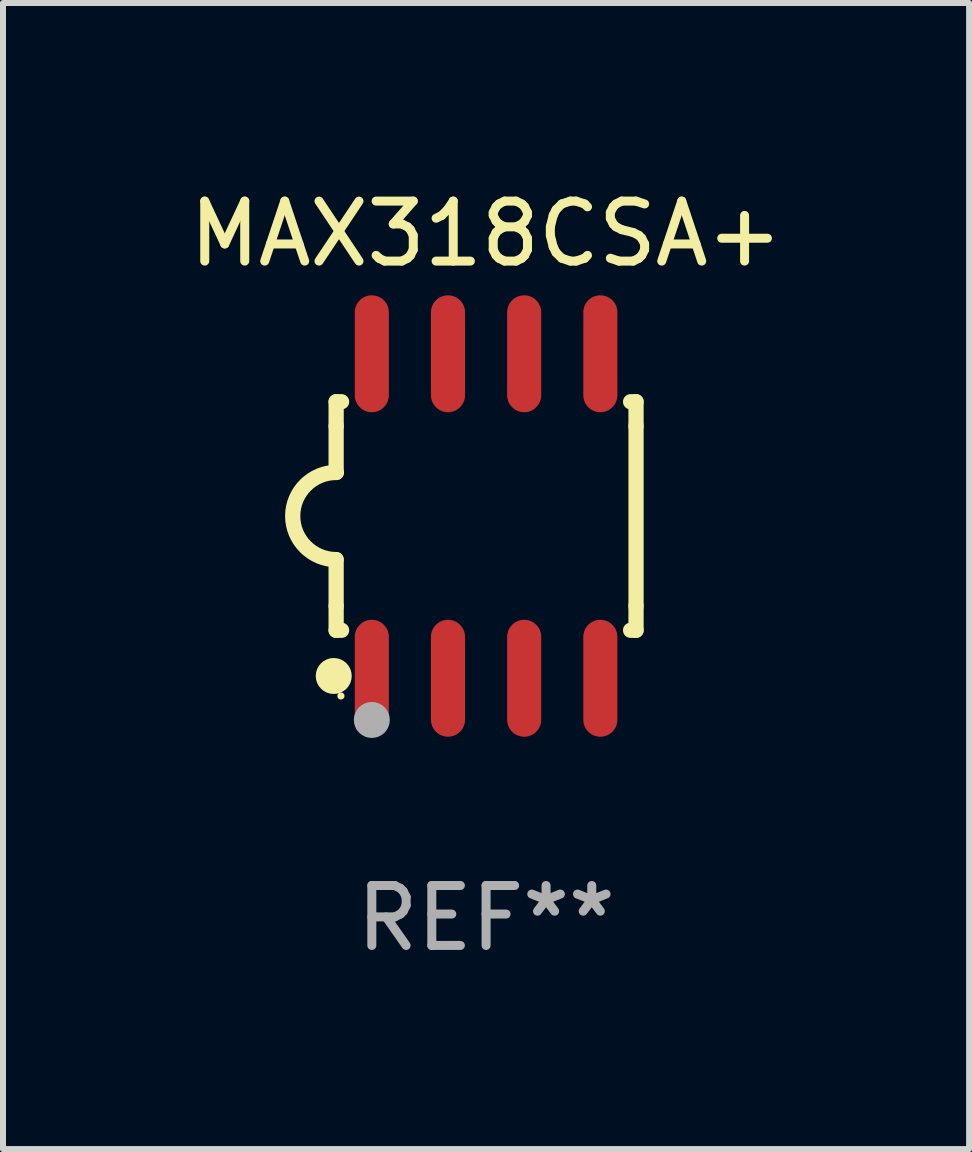
<source format=kicad_pcb>
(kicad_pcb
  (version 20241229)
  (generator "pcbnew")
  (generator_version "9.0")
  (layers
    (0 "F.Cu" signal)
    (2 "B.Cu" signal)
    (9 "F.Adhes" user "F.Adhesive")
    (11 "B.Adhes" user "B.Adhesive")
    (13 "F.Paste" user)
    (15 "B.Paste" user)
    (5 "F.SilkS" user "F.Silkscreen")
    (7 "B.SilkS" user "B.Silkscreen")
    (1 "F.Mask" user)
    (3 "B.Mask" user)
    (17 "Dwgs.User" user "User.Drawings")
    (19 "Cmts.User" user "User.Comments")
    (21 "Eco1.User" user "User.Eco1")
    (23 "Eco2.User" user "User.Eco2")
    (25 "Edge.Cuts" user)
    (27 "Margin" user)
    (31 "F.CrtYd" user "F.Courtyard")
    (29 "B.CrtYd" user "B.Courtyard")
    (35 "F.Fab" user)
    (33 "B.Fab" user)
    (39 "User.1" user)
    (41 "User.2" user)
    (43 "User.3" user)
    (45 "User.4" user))
  (footprint "MAX318CSA+"
    (layer "F.Cu")
    (at 5.054 5.553)
    (property "Reference" "MAX318CSA+" (at 0 -4.705 0) (layer "F.SilkS") (effects (font (size 1 1) (thickness 0.15))))
    (attr through_hole)
    (fp_line (start -2.5 -1.905) (end -2.409 -1.905) (stroke (width 0.254) (type solid)) (layer "F.SilkS"))
    (fp_line (start -2.5 -1.5) (end -2.5 -1.905) (stroke (width 0.254) (type solid)) (layer "F.SilkS"))
    (fp_line (start -2.5 -1.5) (end -2.5 -0.726) (stroke (width 0.254) (type solid)) (layer "F.SilkS"))
    (fp_line (start -2.5 1.5) (end -2.5 0.727) (stroke (width 0.254) (type solid)) (layer "F.SilkS"))
    (fp_line (start -2.5 1.5) (end -2.5 1.905) (stroke (width 0.254) (type solid)) (layer "F.SilkS"))
    (fp_line (start -2.5 1.905) (end -2.409 1.905) (stroke (width 0.254) (type solid)) (layer "F.SilkS"))
    (fp_line (start 2.5 -1.905) (end 2.409 -1.905) (stroke (width 0.254) (type solid)) (layer "F.SilkS"))
    (fp_line (start 2.5 -1.5) (end 2.5 -1.905) (stroke (width 0.254) (type solid)) (layer "F.SilkS"))
    (fp_line (start 2.5 -1.5) (end 2.5 1.5) (stroke (width 0.254) (type solid)) (layer "F.SilkS"))
    (fp_line (start 2.5 1.5) (end 2.5 1.905) (stroke (width 0.254) (type solid)) (layer "F.SilkS"))
    (fp_line (start 2.5 1.905) (end 2.409 1.905) (stroke (width 0.254) (type solid)) (layer "F.SilkS"))
    (fp_arc (start -2.5 0.726568) (mid -3.220316 -0.0023) (end -2.495097 -0.726289) (stroke (width 0.254001) (type solid)) (layer "F.SilkS"))
    (fp_circle (center -2.54 2.667) (end -2.39 2.667) (stroke (width 0.3) (type solid)) (fill no) (layer "F.SilkS"))
    (fp_circle (center -2.42 3) (end -2.39 3) (stroke (width 0.06) (type solid)) (fill no) (layer "F.SilkS"))
    (fp_circle (center -1.905 3.4) (end -1.755 3.4) (stroke (width 0.3) (type solid)) (fill no) (layer "F.Fab"))
    (fp_text user "REF**" (at 0 6.705 0) (layer "F.Fab") (effects (font (size 1 1) (thickness 0.15))))
    (pad "1" smd oval (at -1.905 2.705) (size 0.568 1.95) (layers "F.Cu" "F.Mask" "F.Paste"))
    (pad "2" smd oval (at -0.635 2.705) (size 0.568 1.95) (layers "F.Cu" "F.Mask" "F.Paste"))
    (pad "3" smd oval (at 0.635 2.705) (size 0.568 1.95) (layers "F.Cu" "F.Mask" "F.Paste"))
    (pad "4" smd oval (at 1.905 2.705) (size 0.568 1.95) (layers "F.Cu" "F.Mask" "F.Paste"))
    (pad "5" smd oval (at 1.905 -2.705) (size 0.568 1.95) (layers "F.Cu" "F.Mask" "F.Paste"))
    (pad "6" smd oval (at 0.635 -2.705) (size 0.568 1.95) (layers "F.Cu" "F.Mask" "F.Paste"))
    (pad "7" smd oval (at -0.635 -2.705) (size 0.568 1.95) (layers "F.Cu" "F.Mask" "F.Paste"))
    (pad "8" smd oval (at -1.905 -2.705) (size 0.568 1.95) (layers "F.Cu" "F.Mask" "F.Paste")))
  (gr_rect
    (start -3 -3)
    (end 13.107 16.107)
    (stroke (width 0.1) (type default))
    (fill no)
    (layer "Edge.Cuts")))
</source>
